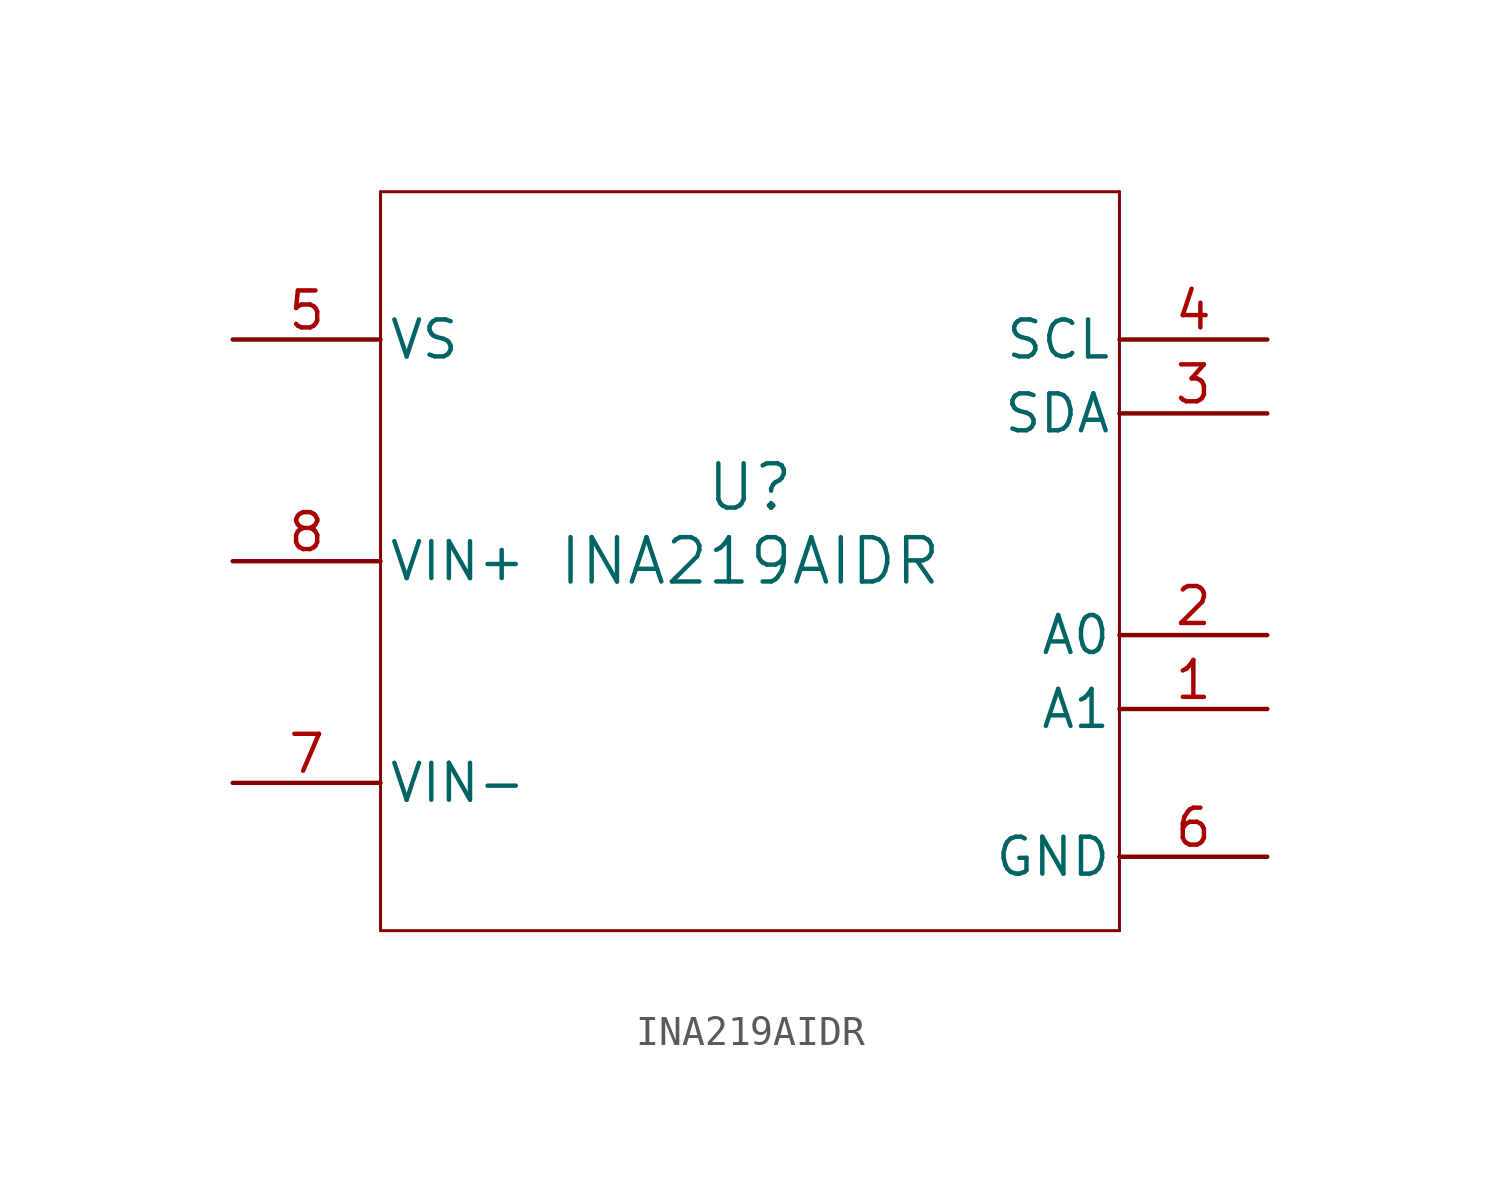
<source format=kicad_sym>
(kicad_symbol_lib
  (version 20211014)
  (generator kicad_symbol_editor)
  (symbol "INA219AIDR"
    (pin_names
      (offset 0.254))
    (property "Reference" "U"
      (at 0 2.54 0)
      (effects (font (size 1.524 1.524))))
    (property "Value" "INA219AIDR"
      (at 0 0 0)
      (effects (font (size 1.524 1.524))))
    (symbol "INA219AIDR_0_1"
      (polyline (pts (xy -12.7 -12.7) (xy 12.7 -12.7)) (stroke (width 0.102) (type default) (color 0 0 0 0)) (fill (type none)))
      (polyline (pts (xy 12.7 -12.7) (xy 12.7 12.7)) (stroke (width 0.102) (type default) (color 0 0 0 0)) (fill (type none)))
      (polyline (pts (xy 12.7 12.7) (xy -12.7 12.7)) (stroke (width 0.102) (type default) (color 0 0 0 0)) (fill (type none)))
      (polyline (pts (xy -12.7 12.7) (xy -12.7 -12.7)) (stroke (width 0.102) (type default) (color 0 0 0 0)) (fill (type none)))
      (pin input line (at 17.78 -5.08 180) (length 5.08) (name "A1" (effects (font (size 1.27 1.27)))) (number "1" (effects (font (size 1.27 1.27)))))
      (pin input line (at 17.78 -2.54 180) (length 5.08) (name "A0" (effects (font (size 1.27 1.27)))) (number "2" (effects (font (size 1.27 1.27)))))
      (pin bidirectional line (at 17.78 5.08 180) (length 5.08) (name "SDA" (effects (font (size 1.27 1.27)))) (number "3" (effects (font (size 1.27 1.27)))))
      (pin input line (at 17.78 7.62 180) (length 5.08) (name "SCL" (effects (font (size 1.27 1.27)))) (number "4" (effects (font (size 1.27 1.27)))))
      (pin power_in line (at -17.78 7.62 0) (length 5.08) (name "VS" (effects (font (size 1.27 1.27)))) (number "5" (effects (font (size 1.27 1.27)))))
      (pin power_in line (at 17.78 -10.16 180) (length 5.08) (name "GND" (effects (font (size 1.27 1.27)))) (number "6" (effects (font (size 1.27 1.27)))))
      (pin power_in line (at -17.78 -7.62 0) (length 5.08) (name "VIN-" (effects (font (size 1.27 1.27)))) (number "7" (effects (font (size 1.27 1.27)))))
      (pin power_in line (at -17.78 0 0) (length 5.08) (name "VIN+" (effects (font (size 1.27 1.27)))) (number "8" (effects (font (size 1.27 1.27))))))))
</source>
